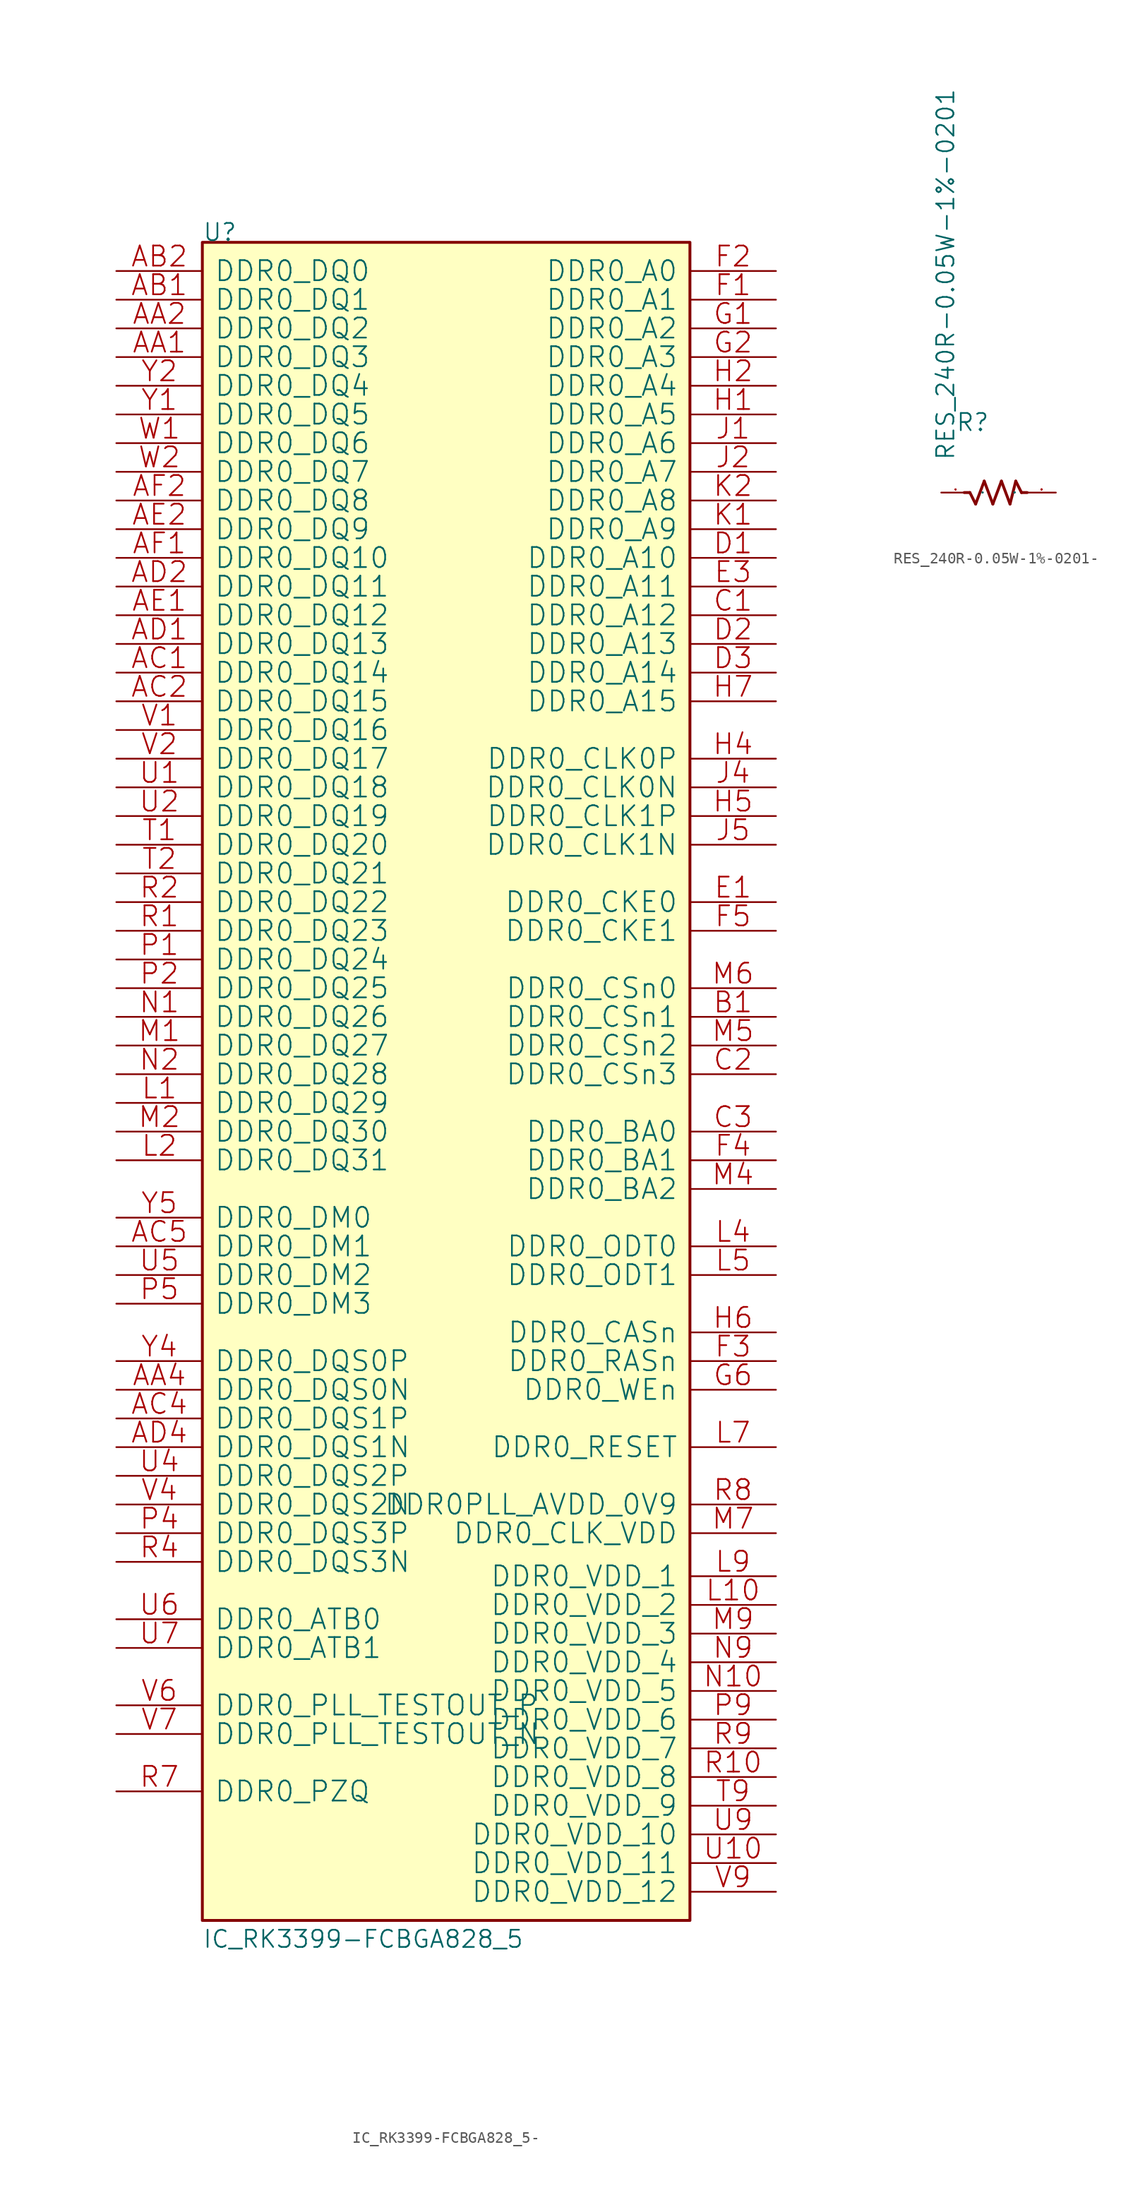
<source format=kicad_sym>
(kicad_symbol_lib
  (version 20220914)
  (generator kicad_symbol_editor)
  (symbol "IC_RK3399-FCBGA828_5-"
    (pin_names
      (offset 1.016))
    (property "Reference" "U"
      (at 0 0 0)
      (effects (font (size 1.524 1.524)) (justify left bottom)))
    (property "Value" "IC_RK3399-FCBGA828_5"
      (at 0 -151.13 0)
      (effects (font (size 1.524 1.524)) (justify left bottom)))
    (property "Footprint" ""
      (at 0 0 0)
      (effects (font (size 1.524 1.524))))
    (property "Datasheet" ""
      (at 0 0 0)
      (effects (font (size 1.524 1.524))))
    (symbol "IC_RK3399-FCBGA828_5-_0_1"
      (rectangle (start 0 -148.59) (end 43.18 0) (stroke (width 0.254) (type solid)) (fill (type background)))
      (pin passive line (at -7.62 -10.16 0) (length 7.62) (name "DDR0_DQ3" (effects (font (size 1.778 1.778)))) (number "AA1" (effects (font (size 1.778 1.778)))))
      (pin passive line (at -7.62 -7.62 0) (length 7.62) (name "DDR0_DQ2" (effects (font (size 1.778 1.778)))) (number "AA2" (effects (font (size 1.778 1.778)))))
      (pin passive line (at -7.62 -101.6 0) (length 7.62) (name "DDR0_DQS0N" (effects (font (size 1.778 1.778)))) (number "AA4" (effects (font (size 1.778 1.778)))))
      (pin passive line (at -7.62 -5.08 0) (length 7.62) (name "DDR0_DQ1" (effects (font (size 1.778 1.778)))) (number "AB1" (effects (font (size 1.778 1.778)))))
      (pin passive line (at -7.62 -2.54 0) (length 7.62) (name "DDR0_DQ0" (effects (font (size 1.778 1.778)))) (number "AB2" (effects (font (size 1.778 1.778)))))
      (pin passive line (at -7.62 -38.1 0) (length 7.62) (name "DDR0_DQ14" (effects (font (size 1.778 1.778)))) (number "AC1" (effects (font (size 1.778 1.778)))))
      (pin passive line (at -7.62 -40.64 0) (length 7.62) (name "DDR0_DQ15" (effects (font (size 1.778 1.778)))) (number "AC2" (effects (font (size 1.778 1.778)))))
      (pin passive line (at -7.62 -104.14 0) (length 7.62) (name "DDR0_DQS1P" (effects (font (size 1.778 1.778)))) (number "AC4" (effects (font (size 1.778 1.778)))))
      (pin passive line (at -7.62 -88.9 0) (length 7.62) (name "DDR0_DM1" (effects (font (size 1.778 1.778)))) (number "AC5" (effects (font (size 1.778 1.778)))))
      (pin passive line (at -7.62 -35.56 0) (length 7.62) (name "DDR0_DQ13" (effects (font (size 1.778 1.778)))) (number "AD1" (effects (font (size 1.778 1.778)))))
      (pin passive line (at -7.62 -30.48 0) (length 7.62) (name "DDR0_DQ11" (effects (font (size 1.778 1.778)))) (number "AD2" (effects (font (size 1.778 1.778)))))
      (pin passive line (at -7.62 -106.68 0) (length 7.62) (name "DDR0_DQS1N" (effects (font (size 1.778 1.778)))) (number "AD4" (effects (font (size 1.778 1.778)))))
      (pin passive line (at -7.62 -33.02 0) (length 7.62) (name "DDR0_DQ12" (effects (font (size 1.778 1.778)))) (number "AE1" (effects (font (size 1.778 1.778)))))
      (pin passive line (at -7.62 -25.4 0) (length 7.62) (name "DDR0_DQ9" (effects (font (size 1.778 1.778)))) (number "AE2" (effects (font (size 1.778 1.778)))))
      (pin passive line (at -7.62 -27.94 0) (length 7.62) (name "DDR0_DQ10" (effects (font (size 1.778 1.778)))) (number "AF1" (effects (font (size 1.778 1.778)))))
      (pin passive line (at -7.62 -22.86 0) (length 7.62) (name "DDR0_DQ8" (effects (font (size 1.778 1.778)))) (number "AF2" (effects (font (size 1.778 1.778)))))
      (pin passive line (at 50.8 -68.58 180) (length 7.62) (name "DDR0_CSn1" (effects (font (size 1.778 1.778)))) (number "B1" (effects (font (size 1.778 1.778)))))
      (pin passive line (at 50.8 -33.02 180) (length 7.62) (name "DDR0_A12" (effects (font (size 1.778 1.778)))) (number "C1" (effects (font (size 1.778 1.778)))))
      (pin passive line (at 50.8 -73.66 180) (length 7.62) (name "DDR0_CSn3" (effects (font (size 1.778 1.778)))) (number "C2" (effects (font (size 1.778 1.778)))))
      (pin passive line (at 50.8 -78.74 180) (length 7.62) (name "DDR0_BA0" (effects (font (size 1.778 1.778)))) (number "C3" (effects (font (size 1.778 1.778)))))
      (pin passive line (at 50.8 -27.94 180) (length 7.62) (name "DDR0_A10" (effects (font (size 1.778 1.778)))) (number "D1" (effects (font (size 1.778 1.778)))))
      (pin passive line (at 50.8 -35.56 180) (length 7.62) (name "DDR0_A13" (effects (font (size 1.778 1.778)))) (number "D2" (effects (font (size 1.778 1.778)))))
      (pin passive line (at 50.8 -38.1 180) (length 7.62) (name "DDR0_A14" (effects (font (size 1.778 1.778)))) (number "D3" (effects (font (size 1.778 1.778)))))
      (pin passive line (at 50.8 -58.42 180) (length 7.62) (name "DDR0_CKE0" (effects (font (size 1.778 1.778)))) (number "E1" (effects (font (size 1.778 1.778)))))
      (pin passive line (at 50.8 -30.48 180) (length 7.62) (name "DDR0_A11" (effects (font (size 1.778 1.778)))) (number "E3" (effects (font (size 1.778 1.778)))))
      (pin passive line (at 50.8 -5.08 180) (length 7.62) (name "DDR0_A1" (effects (font (size 1.778 1.778)))) (number "F1" (effects (font (size 1.778 1.778)))))
      (pin passive line (at 50.8 -2.54 180) (length 7.62) (name "DDR0_A0" (effects (font (size 1.778 1.778)))) (number "F2" (effects (font (size 1.778 1.778)))))
      (pin passive line (at 50.8 -99.06 180) (length 7.62) (name "DDR0_RASn" (effects (font (size 1.778 1.778)))) (number "F3" (effects (font (size 1.778 1.778)))))
      (pin passive line (at 50.8 -81.28 180) (length 7.62) (name "DDR0_BA1" (effects (font (size 1.778 1.778)))) (number "F4" (effects (font (size 1.778 1.778)))))
      (pin passive line (at 50.8 -60.96 180) (length 7.62) (name "DDR0_CKE1" (effects (font (size 1.778 1.778)))) (number "F5" (effects (font (size 1.778 1.778)))))
      (pin passive line (at 50.8 -7.62 180) (length 7.62) (name "DDR0_A2" (effects (font (size 1.778 1.778)))) (number "G1" (effects (font (size 1.778 1.778)))))
      (pin passive line (at 50.8 -10.16 180) (length 7.62) (name "DDR0_A3" (effects (font (size 1.778 1.778)))) (number "G2" (effects (font (size 1.778 1.778)))))
      (pin passive line (at 50.8 -101.6 180) (length 7.62) (name "DDR0_WEn" (effects (font (size 1.778 1.778)))) (number "G6" (effects (font (size 1.778 1.778)))))
      (pin passive line (at 50.8 -15.24 180) (length 7.62) (name "DDR0_A5" (effects (font (size 1.778 1.778)))) (number "H1" (effects (font (size 1.778 1.778)))))
      (pin passive line (at 50.8 -12.7 180) (length 7.62) (name "DDR0_A4" (effects (font (size 1.778 1.778)))) (number "H2" (effects (font (size 1.778 1.778)))))
      (pin passive line (at 50.8 -45.72 180) (length 7.62) (name "DDR0_CLK0P" (effects (font (size 1.778 1.778)))) (number "H4" (effects (font (size 1.778 1.778)))))
      (pin passive line (at 50.8 -50.8 180) (length 7.62) (name "DDR0_CLK1P" (effects (font (size 1.778 1.778)))) (number "H5" (effects (font (size 1.778 1.778)))))
      (pin passive line (at 50.8 -96.52 180) (length 7.62) (name "DDR0_CASn" (effects (font (size 1.778 1.778)))) (number "H6" (effects (font (size 1.778 1.778)))))
      (pin passive line (at 50.8 -40.64 180) (length 7.62) (name "DDR0_A15" (effects (font (size 1.778 1.778)))) (number "H7" (effects (font (size 1.778 1.778)))))
      (pin passive line (at 50.8 -17.78 180) (length 7.62) (name "DDR0_A6" (effects (font (size 1.778 1.778)))) (number "J1" (effects (font (size 1.778 1.778)))))
      (pin passive line (at 50.8 -20.32 180) (length 7.62) (name "DDR0_A7" (effects (font (size 1.778 1.778)))) (number "J2" (effects (font (size 1.778 1.778)))))
      (pin passive line (at 50.8 -48.26 180) (length 7.62) (name "DDR0_CLK0N" (effects (font (size 1.778 1.778)))) (number "J4" (effects (font (size 1.778 1.778)))))
      (pin passive line (at 50.8 -53.34 180) (length 7.62) (name "DDR0_CLK1N" (effects (font (size 1.778 1.778)))) (number "J5" (effects (font (size 1.778 1.778)))))
      (pin passive line (at 50.8 -25.4 180) (length 7.62) (name "DDR0_A9" (effects (font (size 1.778 1.778)))) (number "K1" (effects (font (size 1.778 1.778)))))
      (pin passive line (at 50.8 -22.86 180) (length 7.62) (name "DDR0_A8" (effects (font (size 1.778 1.778)))) (number "K2" (effects (font (size 1.778 1.778)))))
      (pin passive line (at -7.62 -76.2 0) (length 7.62) (name "DDR0_DQ29" (effects (font (size 1.778 1.778)))) (number "L1" (effects (font (size 1.778 1.778)))))
      (pin passive line (at 50.8 -120.65 180) (length 7.62) (name "DDR0_VDD_2" (effects (font (size 1.778 1.778)))) (number "L10" (effects (font (size 1.778 1.778)))))
      (pin passive line (at -7.62 -81.28 0) (length 7.62) (name "DDR0_DQ31" (effects (font (size 1.778 1.778)))) (number "L2" (effects (font (size 1.778 1.778)))))
      (pin passive line (at 50.8 -88.9 180) (length 7.62) (name "DDR0_ODT0" (effects (font (size 1.778 1.778)))) (number "L4" (effects (font (size 1.778 1.778)))))
      (pin passive line (at 50.8 -91.44 180) (length 7.62) (name "DDR0_ODT1" (effects (font (size 1.778 1.778)))) (number "L5" (effects (font (size 1.778 1.778)))))
      (pin passive line (at 50.8 -106.68 180) (length 7.62) (name "DDR0_RESET" (effects (font (size 1.778 1.778)))) (number "L7" (effects (font (size 1.778 1.778)))))
      (pin passive line (at 50.8 -118.11 180) (length 7.62) (name "DDR0_VDD_1" (effects (font (size 1.778 1.778)))) (number "L9" (effects (font (size 1.778 1.778)))))
      (pin passive line (at -7.62 -71.12 0) (length 7.62) (name "DDR0_DQ27" (effects (font (size 1.778 1.778)))) (number "M1" (effects (font (size 1.778 1.778)))))
      (pin passive line (at -7.62 -78.74 0) (length 7.62) (name "DDR0_DQ30" (effects (font (size 1.778 1.778)))) (number "M2" (effects (font (size 1.778 1.778)))))
      (pin passive line (at 50.8 -83.82 180) (length 7.62) (name "DDR0_BA2" (effects (font (size 1.778 1.778)))) (number "M4" (effects (font (size 1.778 1.778)))))
      (pin passive line (at 50.8 -71.12 180) (length 7.62) (name "DDR0_CSn2" (effects (font (size 1.778 1.778)))) (number "M5" (effects (font (size 1.778 1.778)))))
      (pin passive line (at 50.8 -66.04 180) (length 7.62) (name "DDR0_CSn0" (effects (font (size 1.778 1.778)))) (number "M6" (effects (font (size 1.778 1.778)))))
      (pin passive line (at 50.8 -114.3 180) (length 7.62) (name "DDR0_CLK_VDD" (effects (font (size 1.778 1.778)))) (number "M7" (effects (font (size 1.778 1.778)))))
      (pin passive line (at 50.8 -123.19 180) (length 7.62) (name "DDR0_VDD_3" (effects (font (size 1.778 1.778)))) (number "M9" (effects (font (size 1.778 1.778)))))
      (pin passive line (at -7.62 -68.58 0) (length 7.62) (name "DDR0_DQ26" (effects (font (size 1.778 1.778)))) (number "N1" (effects (font (size 1.778 1.778)))))
      (pin passive line (at 50.8 -128.27 180) (length 7.62) (name "DDR0_VDD_5" (effects (font (size 1.778 1.778)))) (number "N10" (effects (font (size 1.778 1.778)))))
      (pin passive line (at -7.62 -73.66 0) (length 7.62) (name "DDR0_DQ28" (effects (font (size 1.778 1.778)))) (number "N2" (effects (font (size 1.778 1.778)))))
      (pin passive line (at 50.8 -125.73 180) (length 7.62) (name "DDR0_VDD_4" (effects (font (size 1.778 1.778)))) (number "N9" (effects (font (size 1.778 1.778)))))
      (pin passive line (at -7.62 -63.5 0) (length 7.62) (name "DDR0_DQ24" (effects (font (size 1.778 1.778)))) (number "P1" (effects (font (size 1.778 1.778)))))
      (pin passive line (at -7.62 -66.04 0) (length 7.62) (name "DDR0_DQ25" (effects (font (size 1.778 1.778)))) (number "P2" (effects (font (size 1.778 1.778)))))
      (pin passive line (at -7.62 -114.3 0) (length 7.62) (name "DDR0_DQS3P" (effects (font (size 1.778 1.778)))) (number "P4" (effects (font (size 1.778 1.778)))))
      (pin passive line (at -7.62 -93.98 0) (length 7.62) (name "DDR0_DM3" (effects (font (size 1.778 1.778)))) (number "P5" (effects (font (size 1.778 1.778)))))
      (pin passive line (at 50.8 -130.81 180) (length 7.62) (name "DDR0_VDD_6" (effects (font (size 1.778 1.778)))) (number "P9" (effects (font (size 1.778 1.778)))))
      (pin passive line (at -7.62 -60.96 0) (length 7.62) (name "DDR0_DQ23" (effects (font (size 1.778 1.778)))) (number "R1" (effects (font (size 1.778 1.778)))))
      (pin passive line (at 50.8 -135.89 180) (length 7.62) (name "DDR0_VDD_8" (effects (font (size 1.778 1.778)))) (number "R10" (effects (font (size 1.778 1.778)))))
      (pin passive line (at -7.62 -58.42 0) (length 7.62) (name "DDR0_DQ22" (effects (font (size 1.778 1.778)))) (number "R2" (effects (font (size 1.778 1.778)))))
      (pin passive line (at -7.62 -116.84 0) (length 7.62) (name "DDR0_DQS3N" (effects (font (size 1.778 1.778)))) (number "R4" (effects (font (size 1.778 1.778)))))
      (pin passive line (at -7.62 -137.16 0) (length 7.62) (name "DDR0_PZQ" (effects (font (size 1.778 1.778)))) (number "R7" (effects (font (size 1.778 1.778)))))
      (pin passive line (at 50.8 -111.76 180) (length 7.62) (name "DDR0PLL_AVDD_0V9" (effects (font (size 1.778 1.778)))) (number "R8" (effects (font (size 1.778 1.778)))))
      (pin passive line (at 50.8 -133.35 180) (length 7.62) (name "DDR0_VDD_7" (effects (font (size 1.778 1.778)))) (number "R9" (effects (font (size 1.778 1.778)))))
      (pin passive line (at -7.62 -53.34 0) (length 7.62) (name "DDR0_DQ20" (effects (font (size 1.778 1.778)))) (number "T1" (effects (font (size 1.778 1.778)))))
      (pin passive line (at -7.62 -55.88 0) (length 7.62) (name "DDR0_DQ21" (effects (font (size 1.778 1.778)))) (number "T2" (effects (font (size 1.778 1.778)))))
      (pin passive line (at 50.8 -138.43 180) (length 7.62) (name "DDR0_VDD_9" (effects (font (size 1.778 1.778)))) (number "T9" (effects (font (size 1.778 1.778)))))
      (pin passive line (at -7.62 -48.26 0) (length 7.62) (name "DDR0_DQ18" (effects (font (size 1.778 1.778)))) (number "U1" (effects (font (size 1.778 1.778)))))
      (pin passive line (at 50.8 -143.51 180) (length 7.62) (name "DDR0_VDD_11" (effects (font (size 1.778 1.778)))) (number "U10" (effects (font (size 1.778 1.778)))))
      (pin passive line (at -7.62 -50.8 0) (length 7.62) (name "DDR0_DQ19" (effects (font (size 1.778 1.778)))) (number "U2" (effects (font (size 1.778 1.778)))))
      (pin passive line (at -7.62 -109.22 0) (length 7.62) (name "DDR0_DQS2P" (effects (font (size 1.778 1.778)))) (number "U4" (effects (font (size 1.778 1.778)))))
      (pin passive line (at -7.62 -91.44 0) (length 7.62) (name "DDR0_DM2" (effects (font (size 1.778 1.778)))) (number "U5" (effects (font (size 1.778 1.778)))))
      (pin passive line (at -7.62 -121.92 0) (length 7.62) (name "DDR0_ATB0" (effects (font (size 1.778 1.778)))) (number "U6" (effects (font (size 1.778 1.778)))))
      (pin passive line (at -7.62 -124.46 0) (length 7.62) (name "DDR0_ATB1" (effects (font (size 1.778 1.778)))) (number "U7" (effects (font (size 1.778 1.778)))))
      (pin passive line (at 50.8 -140.97 180) (length 7.62) (name "DDR0_VDD_10" (effects (font (size 1.778 1.778)))) (number "U9" (effects (font (size 1.778 1.778)))))
      (pin passive line (at -7.62 -43.18 0) (length 7.62) (name "DDR0_DQ16" (effects (font (size 1.778 1.778)))) (number "V1" (effects (font (size 1.778 1.778)))))
      (pin passive line (at -7.62 -45.72 0) (length 7.62) (name "DDR0_DQ17" (effects (font (size 1.778 1.778)))) (number "V2" (effects (font (size 1.778 1.778)))))
      (pin passive line (at -7.62 -111.76 0) (length 7.62) (name "DDR0_DQS2N" (effects (font (size 1.778 1.778)))) (number "V4" (effects (font (size 1.778 1.778)))))
      (pin passive line (at -7.62 -129.54 0) (length 7.62) (name "DDR0_PLL_TESTOUT_P" (effects (font (size 1.778 1.778)))) (number "V6" (effects (font (size 1.778 1.778)))))
      (pin passive line (at -7.62 -132.08 0) (length 7.62) (name "DDR0_PLL_TESTOUT_N" (effects (font (size 1.778 1.778)))) (number "V7" (effects (font (size 1.778 1.778)))))
      (pin passive line (at 50.8 -146.05 180) (length 7.62) (name "DDR0_VDD_12" (effects (font (size 1.778 1.778)))) (number "V9" (effects (font (size 1.778 1.778)))))
      (pin passive line (at -7.62 -17.78 0) (length 7.62) (name "DDR0_DQ6" (effects (font (size 1.778 1.778)))) (number "W1" (effects (font (size 1.778 1.778)))))
      (pin passive line (at -7.62 -20.32 0) (length 7.62) (name "DDR0_DQ7" (effects (font (size 1.778 1.778)))) (number "W2" (effects (font (size 1.778 1.778)))))
      (pin passive line (at -7.62 -15.24 0) (length 7.62) (name "DDR0_DQ5" (effects (font (size 1.778 1.778)))) (number "Y1" (effects (font (size 1.778 1.778)))))
      (pin passive line (at -7.62 -12.7 0) (length 7.62) (name "DDR0_DQ4" (effects (font (size 1.778 1.778)))) (number "Y2" (effects (font (size 1.778 1.778)))))
      (pin passive line (at -7.62 -99.06 0) (length 7.62) (name "DDR0_DQS0P" (effects (font (size 1.778 1.778)))) (number "Y4" (effects (font (size 1.778 1.778)))))
      (pin passive line (at -7.62 -86.36 0) (length 7.62) (name "DDR0_DM0" (effects (font (size 1.778 1.778)))) (number "Y5" (effects (font (size 1.778 1.778)))))))
  (symbol "RES_240R-0.05W-1%-0201-"
    (pin_names
      (offset 1.016))
    (property "Reference" "R"
      (at 1.27 5.334 0)
      (effects (font (size 1.524 1.524)) (justify left bottom)))
    (property "Value" "RES_240R-0.05W-1%-0201"
      (at 1.27 2.794 90)
      (effects (font (size 1.524 1.524)) (justify left bottom)))
    (property "Footprint" ""
      (at 0 0 0)
      (effects (font (size 1.524 1.524))))
    (property "Datasheet" ""
      (at 0 0 0)
      (effects (font (size 1.524 1.524))))
    (symbol "RES_240R-0.05W-1%-0201-_0_1"
      (polyline (pts (xy 2.032 0) (xy 2.54 0)) (stroke (width 0.254) (type solid)) (fill (type none)))
      (polyline (pts (xy 3.048 -1.016) (xy 2.54 0)) (stroke (width 0.254) (type solid)) (fill (type none)))
      (polyline (pts (xy 3.048 -1.016) (xy 3.81 1.016)) (stroke (width 0.254) (type solid)) (fill (type none)))
      (polyline (pts (xy 4.572 -1.016) (xy 3.81 1.016)) (stroke (width 0.254) (type solid)) (fill (type none)))
      (polyline (pts (xy 4.572 -1.016) (xy 5.334 1.016)) (stroke (width 0.254) (type solid)) (fill (type none)))
      (polyline (pts (xy 5.334 1.016) (xy 6.096 -1.016)) (stroke (width 0.254) (type solid)) (fill (type none)))
      (polyline (pts (xy 6.604 1.016) (xy 6.096 -1.016)) (stroke (width 0.254) (type solid)) (fill (type none)))
      (polyline (pts (xy 6.604 1.016) (xy 7.112 0)) (stroke (width 0.254) (type solid)) (fill (type none)))
      (polyline (pts (xy 7.62 0) (xy 7.112 0)) (stroke (width 0.254) (type solid)) (fill (type none)))
      (pin passive line (at 0 0 0) (length 2.54) (name "1" (effects (font (size 0.025 0.025)))) (number "1" (effects (font (size 0.025 0.025)))))
      (pin passive line (at 10.16 0 180) (length 2.54) (name "2" (effects (font (size 0.025 0.025)))) (number "2" (effects (font (size 0.025 0.025))))))))
</source>
